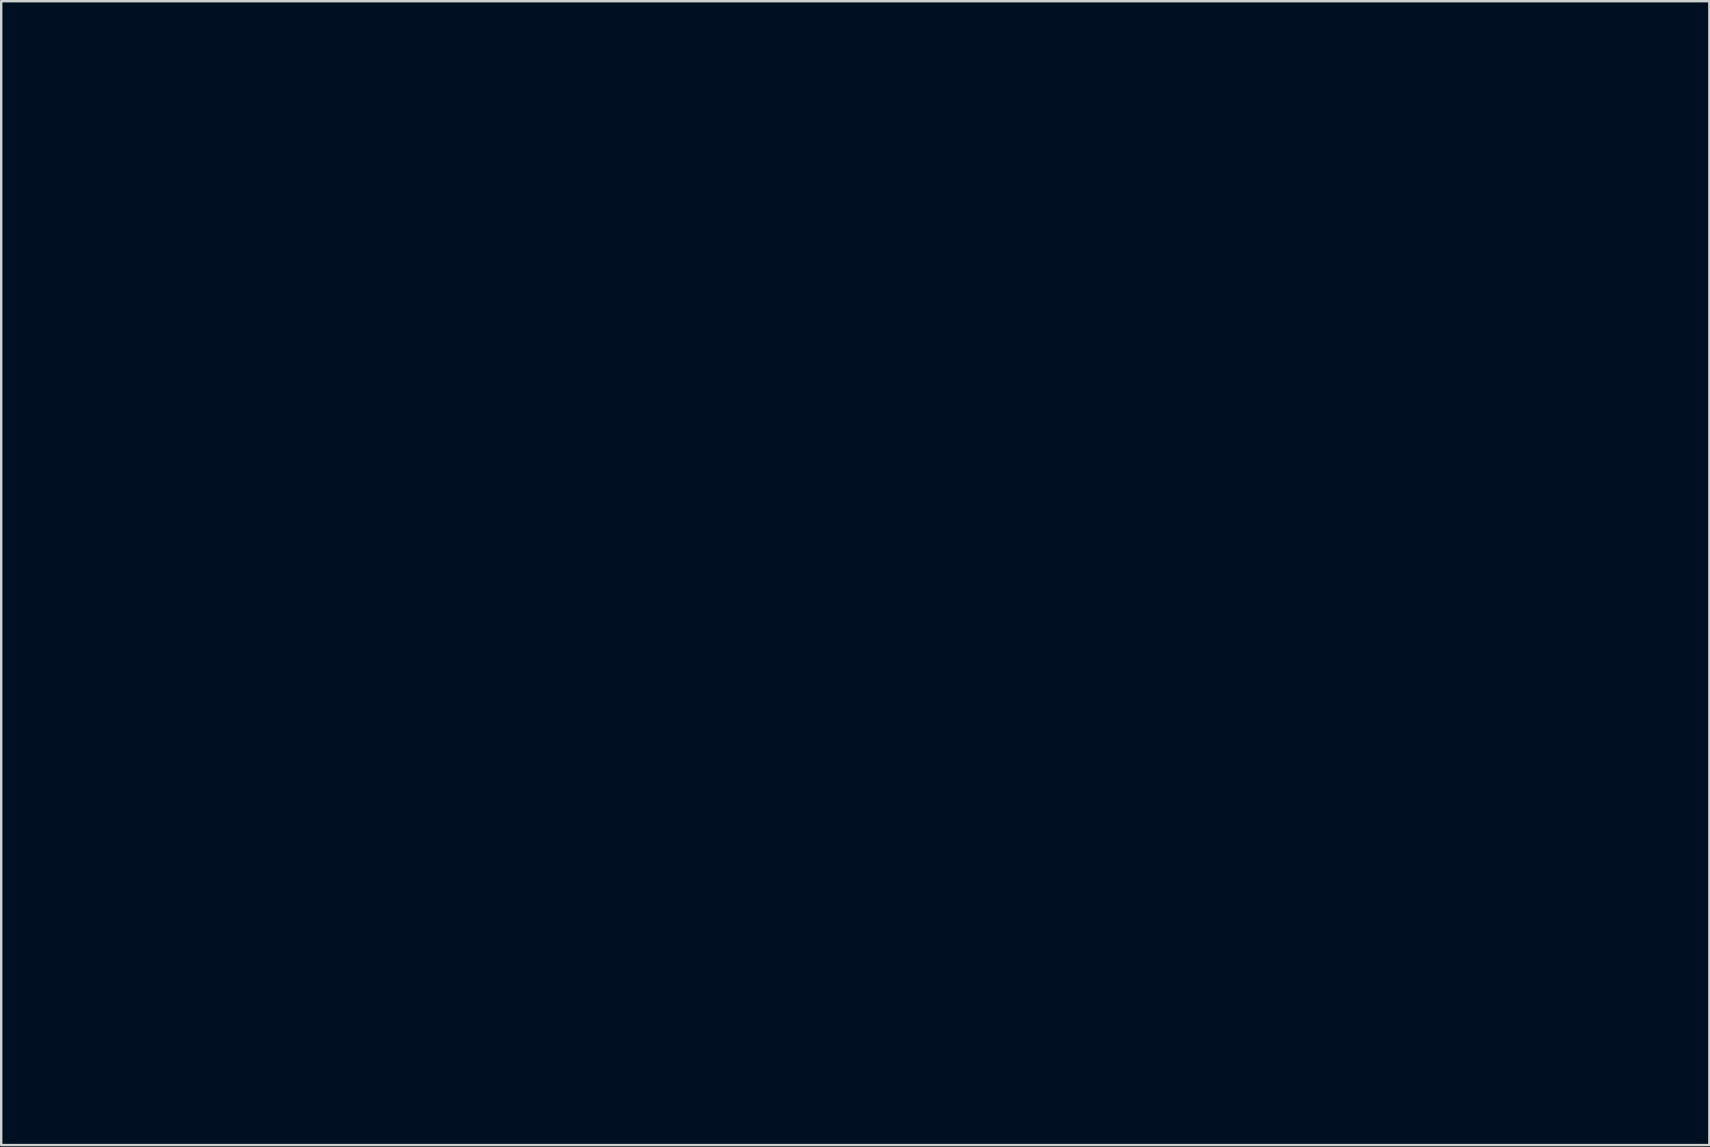
<source format=kicad_pcb>
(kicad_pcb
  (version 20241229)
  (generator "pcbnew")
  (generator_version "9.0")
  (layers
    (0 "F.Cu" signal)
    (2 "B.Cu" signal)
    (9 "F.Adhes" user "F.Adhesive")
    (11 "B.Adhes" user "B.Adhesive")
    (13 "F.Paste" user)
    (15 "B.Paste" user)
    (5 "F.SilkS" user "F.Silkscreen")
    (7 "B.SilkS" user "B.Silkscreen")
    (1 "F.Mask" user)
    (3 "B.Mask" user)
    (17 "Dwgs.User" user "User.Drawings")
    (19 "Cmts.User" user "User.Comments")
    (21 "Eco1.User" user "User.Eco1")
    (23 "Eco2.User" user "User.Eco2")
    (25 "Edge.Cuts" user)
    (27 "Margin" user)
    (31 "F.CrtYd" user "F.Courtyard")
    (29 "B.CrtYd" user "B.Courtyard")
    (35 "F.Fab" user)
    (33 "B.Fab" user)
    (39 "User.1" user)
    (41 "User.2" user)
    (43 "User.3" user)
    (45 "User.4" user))
  (footprint "Cassette_SAO_Solder_Mask"
    (layer "F.Cu")
    (at 32.484 20.712)
    (property "Reference" "Cassette_SAO_Solder_Mask" (at 0 0 0) (layer "F.Mask") (effects (font (size 1.5 1.5) (thickness 0.3))))
    (attr board_only exclude_from_pos_files exclude_from_bom)
    (fp_poly (pts (xy -17.001 2.479) (xy -17.051 2.53) (xy -17.102 2.479) (xy -17.051 2.429)) (stroke (width 0) (type solid)) (fill yes) (layer "F.Mask"))
    (fp_poly (pts (xy 18.114 -5.212) (xy 18.063 -5.161) (xy 18.013 -5.212) (xy 18.063 -5.262)) (stroke (width 0) (type solid)) (fill yes) (layer "F.Mask"))
    (fp_poly (pts (xy 1.454 -5.933) (xy 1.457 -5.92) (xy 1.482 -5.718) (xy 1.503 -5.341) (xy 1.521 -4.813) (xy 1.536 -4.161) (xy 1.547 -3.411) (xy 1.555 -2.59) (xy 1.559 -1.723) (xy 1.56 -0.836) (xy 1.557 0.043) (xy 1.551 0.891) (xy 1.541 1.679) (xy 1.528 2.382) (xy 1.511 2.974) (xy 1.491 3.429) (xy 1.468 3.72) (xy 1.455 3.795) (xy 1.411 3.95) (xy 1.377 3.996) (xy 1.35 3.91) (xy 1.325 3.672) (xy 1.296 3.261) (xy 1.282 3.036) (xy 1.208 1.686) (xy 1.159 0.487) (xy 1.136 -0.611) (xy 1.138 -1.658) (xy 1.164 -2.704) (xy 1.213 -3.799) (xy 1.218 -3.885) (xy 1.262 -4.647) (xy 1.299 -5.224) (xy 1.331 -5.633) (xy 1.361 -5.891) (xy 1.39 -6.016) (xy 1.42 -6.024)) (stroke (width 0) (type solid)) (fill yes) (layer "F.Mask"))
    (fp_poly (pts (xy 2.773 -5.97) (xy 2.799 -5.846) (xy 2.821 -5.543) (xy 2.84 -5.086) (xy 2.856 -4.5) (xy 2.869 -3.809) (xy 2.878 -3.037) (xy 2.883 -2.208) (xy 2.886 -1.347) (xy 2.884 -0.478) (xy 2.88 0.374) (xy 2.872 1.186) (xy 2.861 1.933) (xy 2.847 2.591) (xy 2.829 3.135) (xy 2.808 3.542) (xy 2.783 3.786) (xy 2.771 3.838) (xy 2.715 3.934) (xy 2.675 3.907) (xy 2.64 3.733) (xy 2.605 3.385) (xy 2.597 3.292) (xy 2.578 2.957) (xy 2.563 2.451) (xy 2.55 1.806) (xy 2.541 1.054) (xy 2.535 0.226) (xy 2.532 -0.647) (xy 2.532 -1.532) (xy 2.535 -2.399) (xy 2.542 -3.215) (xy 2.552 -3.949) (xy 2.564 -4.57) (xy 2.58 -5.045) (xy 2.596 -5.302) (xy 2.639 -5.708) (xy 2.688 -5.93) (xy 2.747 -5.987)) (stroke (width 0) (type solid)) (fill yes) (layer "F.Mask"))
    (fp_poly (pts (xy 0.122 -7.928) (xy 0.154 -7.843) (xy 0.173 -7.68) (xy 0.19 -7.338) (xy 0.205 -6.836) (xy 0.217 -6.196) (xy 0.227 -5.439) (xy 0.235 -4.585) (xy 0.24 -3.655) (xy 0.244 -2.67) (xy 0.245 -1.651) (xy 0.243 -0.619) (xy 0.24 0.406) (xy 0.235 1.402) (xy 0.227 2.349) (xy 0.218 3.227) (xy 0.207 4.013) (xy 0.193 4.688) (xy 0.178 5.23) (xy 0.16 5.619) (xy 0.141 5.833) (xy 0.134 5.864) (xy 0.099 5.889) (xy 0.066 5.785) (xy 0.033 5.538) (xy -0.002 5.134) (xy -0.039 4.561) (xy -0.081 3.805) (xy -0.101 3.388) (xy -0.14 2.363) (xy -0.164 1.183) (xy -0.175 -0.105) (xy -0.174 -1.454) (xy -0.159 -2.817) (xy -0.132 -4.148) (xy -0.094 -5.399) (xy -0.044 -6.524) (xy -0.011 -7.084) (xy 0.022 -7.546) (xy 0.053 -7.827) (xy 0.084 -7.947)) (stroke (width 0) (type solid)) (fill yes) (layer "F.Mask"))
    (fp_poly (pts (xy 29.18 -8.192) (xy 29.204 -8.037) (xy 29.225 -7.703) (xy 29.243 -7.213) (xy 29.259 -6.588) (xy 29.272 -5.849) (xy 29.282 -5.02) (xy 29.29 -4.122) (xy 29.294 -3.176) (xy 29.296 -2.205) (xy 29.296 -1.231) (xy 29.293 -0.275) (xy 29.286 0.64) (xy 29.278 1.493) (xy 29.266 2.262) (xy 29.252 2.924) (xy 29.235 3.458) (xy 29.215 3.843) (xy 29.193 4.055) (xy 29.183 4.087) (xy 29.126 4.146) (xy 29.082 4.08) (xy 29.045 3.864) (xy 29.01 3.473) (xy 29.006 3.429) (xy 28.965 2.769) (xy 28.931 2.013) (xy 28.905 1.178) (xy 28.886 0.284) (xy 28.874 -0.651) (xy 28.87 -1.608) (xy 28.871 -2.568) (xy 28.879 -3.512) (xy 28.893 -4.421) (xy 28.913 -5.276) (xy 28.938 -6.059) (xy 28.969 -6.75) (xy 29.004 -7.331) (xy 29.043 -7.783) (xy 29.087 -8.087) (xy 29.135 -8.224)) (stroke (width 0) (type solid)) (fill yes) (layer "F.Mask"))
    (fp_poly (pts (xy -28.925 -8.371) (xy -28.907 -8.342) (xy -28.881 -8.2) (xy -28.859 -7.879) (xy -28.839 -7.402) (xy -28.822 -6.79) (xy -28.809 -6.065) (xy -28.798 -5.25) (xy -28.79 -4.366) (xy -28.785 -3.436) (xy -28.783 -2.48) (xy -28.784 -1.521) (xy -28.788 -0.582) (xy -28.795 0.317) (xy -28.804 1.153) (xy -28.817 1.905) (xy -28.833 2.55) (xy -28.851 3.066) (xy -28.873 3.432) (xy -28.897 3.625) (xy -28.907 3.649) (xy -28.972 3.659) (xy -29.026 3.529) (xy -29.075 3.234) (xy -29.104 2.971) (xy -29.124 2.664) (xy -29.141 2.183) (xy -29.155 1.554) (xy -29.166 0.803) (xy -29.174 -0.041) (xy -29.18 -0.952) (xy -29.182 -1.903) (xy -29.182 -2.866) (xy -29.178 -3.815) (xy -29.172 -4.722) (xy -29.163 -5.56) (xy -29.151 -6.302) (xy -29.136 -6.922) (xy -29.118 -7.391) (xy -29.103 -7.634) (xy -29.06 -8.058) (xy -29.021 -8.305) (xy -28.978 -8.401)) (stroke (width 0) (type solid)) (fill yes) (layer "F.Mask"))
    (fp_poly (pts (xy -12.044 -7.194) (xy -11.066 -6.922) (xy -10.178 -6.474) (xy -9.462 -5.921) (xy -9.207 -5.675) (xy -9.108 -5.555) (xy -9.16 -5.561) (xy -9.362 -5.693) (xy -9.693 -5.938) (xy -10.546 -6.462) (xy -11.49 -6.806) (xy -12.517 -6.969) (xy -12.931 -6.982) (xy -13.99 -6.901) (xy -14.948 -6.652) (xy -15.827 -6.224) (xy -16.649 -5.609) (xy -17.001 -5.274) (xy -17.689 -4.469) (xy -18.176 -3.657) (xy -18.451 -2.891) (xy -18.521 -2.446) (xy -18.555 -1.878) (xy -18.554 -1.256) (xy -18.519 -0.651) (xy -18.451 -0.134) (xy -18.395 0.11) (xy -18.228 0.572) (xy -17.999 1.077) (xy -17.743 1.558) (xy -17.494 1.949) (xy -17.374 2.099) (xy -17.247 2.275) (xy -17.225 2.382) (xy -17.225 2.384) (xy -17.312 2.346) (xy -17.461 2.183) (xy -17.518 2.106) (xy -17.707 1.851) (xy -17.871 1.65) (xy -17.895 1.625) (xy -18.069 1.376) (xy -18.267 0.986) (xy -18.465 0.51) (xy -18.642 0.005) (xy -18.776 -0.475) (xy -18.822 -0.701) (xy -18.897 -1.742) (xy -18.777 -2.767) (xy -18.469 -3.749) (xy -17.982 -4.662) (xy -17.491 -5.302) (xy -16.69 -6.055) (xy -15.79 -6.635) (xy -14.806 -7.035) (xy -13.754 -7.249) (xy -13.096 -7.285)) (stroke (width 0) (type solid)) (fill yes) (layer "F.Mask"))
    (fp_poly (pts (xy 14.682 -7.199) (xy 15.597 -6.954) (xy 16.46 -6.569) (xy 17.221 -6.065) (xy 17.659 -5.662) (xy 17.799 -5.489) (xy 17.801 -5.433) (xy 17.687 -5.483) (xy 17.477 -5.633) (xy 17.284 -5.796) (xy 17.05 -5.967) (xy 16.71 -6.176) (xy 16.373 -6.358) (xy 15.38 -6.752) (xy 14.365 -6.953) (xy 13.35 -6.963) (xy 12.356 -6.786) (xy 11.405 -6.426) (xy 10.518 -5.886) (xy 9.909 -5.363) (xy 9.246 -4.622) (xy 8.767 -3.866) (xy 8.456 -3.055) (xy 8.295 -2.15) (xy 8.263 -1.518) (xy 8.279 -0.938) (xy 8.336 -0.391) (xy 8.424 0.078) (xy 8.536 0.42) (xy 8.617 0.552) (xy 8.699 0.736) (xy 8.703 0.775) (xy 8.755 0.931) (xy 8.895 1.214) (xy 9.101 1.579) (xy 9.349 1.985) (xy 9.468 2.171) (xy 9.584 2.369) (xy 9.583 2.419) (xy 9.477 2.331) (xy 9.278 2.111) (xy 9.175 1.987) (xy 8.861 1.532) (xy 8.549 0.956) (xy 8.276 0.334) (xy 8.094 -0.202) (xy 8.039 -0.507) (xy 7.997 -0.941) (xy 7.976 -1.432) (xy 7.974 -1.67) (xy 8.049 -2.666) (xy 8.267 -3.549) (xy 8.646 -4.356) (xy 9.201 -5.127) (xy 9.609 -5.572) (xy 10.43 -6.263) (xy 11.351 -6.781) (xy 12.356 -7.121) (xy 13.429 -7.276) (xy 13.762 -7.285)) (stroke (width 0) (type solid)) (fill yes) (layer "F.Mask"))
    (fp_poly (pts (xy -0.671 -18.557) (xy 1.168 -18.555) (xy 2.993 -18.551) (xy 4.787 -18.546) (xy 6.535 -18.539) (xy 8.222 -18.531) (xy 9.832 -18.522) (xy 11.35 -18.511) (xy 12.76 -18.498) (xy 14.046 -18.485) (xy 15.194 -18.469) (xy 15.23 -18.469) (xy 16.558 -18.448) (xy 17.689 -18.429) (xy 18.63 -18.411) (xy 19.385 -18.395) (xy 19.961 -18.379) (xy 20.364 -18.365) (xy 20.599 -18.351) (xy 20.671 -18.337) (xy 20.588 -18.324) (xy 20.354 -18.31) (xy 20.239 -18.306) (xy 19.933 -18.298) (xy 19.437 -18.291) (xy 18.765 -18.285) (xy 17.93 -18.279) (xy 16.945 -18.274) (xy 15.823 -18.27) (xy 14.577 -18.266) (xy 13.22 -18.262) (xy 11.765 -18.26) (xy 10.225 -18.257) (xy 8.614 -18.256) (xy 6.944 -18.255) (xy 5.229 -18.254) (xy 3.481 -18.254) (xy 1.714 -18.255) (xy -0.06 -18.256) (xy -1.826 -18.257) (xy -3.573 -18.26) (xy -5.287 -18.262) (xy -6.955 -18.266) (xy -8.564 -18.27) (xy -10.101 -18.274) (xy -11.553 -18.279) (xy -12.906 -18.284) (xy -14.148 -18.29) (xy -15.265 -18.297) (xy -16.246 -18.304) (xy -17.075 -18.311) (xy -17.406 -18.315) (xy -21.808 -18.367) (xy -18.873 -18.46) (xy -18.253 -18.476) (xy -17.446 -18.49) (xy -16.467 -18.503) (xy -15.333 -18.515) (xy -14.058 -18.525) (xy -12.659 -18.534) (xy -11.15 -18.541) (xy -9.548 -18.548) (xy -7.867 -18.552) (xy -6.123 -18.556) (xy -4.333 -18.558) (xy -2.51 -18.558)) (stroke (width 0) (type solid)) (fill yes) (layer "F.Mask"))
    (fp_poly (pts (xy -0.316 -12.836) (xy 1.645 -12.834) (xy 3.594 -12.831) (xy 5.514 -12.826) (xy 7.39 -12.821) (xy 9.204 -12.814) (xy 10.94 -12.805) (xy 12.582 -12.795) (xy 14.113 -12.784) (xy 15.078 -12.776) (xy 16.535 -12.762) (xy 17.795 -12.749) (xy 18.864 -12.736) (xy 19.75 -12.725) (xy 20.456 -12.713) (xy 20.99 -12.702) (xy 21.358 -12.692) (xy 21.564 -12.681) (xy 21.616 -12.67) (xy 21.52 -12.659) (xy 21.28 -12.647) (xy 20.904 -12.635) (xy 20.897 -12.635) (xy 20.347 -12.622) (xy 19.611 -12.61) (xy 18.704 -12.599) (xy 17.643 -12.588) (xy 16.444 -12.577) (xy 15.121 -12.567) (xy 13.693 -12.558) (xy 12.173 -12.55) (xy 10.58 -12.542) (xy 8.927 -12.535) (xy 7.232 -12.528) (xy 5.51 -12.523) (xy 3.777 -12.518) (xy 2.05 -12.515) (xy 0.344 -12.512) (xy -1.325 -12.511) (xy -2.941 -12.51) (xy -4.488 -12.511) (xy -5.949 -12.513) (xy -7.31 -12.516) (xy -8.553 -12.52) (xy -9.664 -12.526) (xy -10.625 -12.532) (xy -11.422 -12.541) (xy -11.84 -12.547) (xy -12.915 -12.564) (xy -14.055 -12.582) (xy -15.216 -12.6) (xy -16.353 -12.616) (xy -17.422 -12.631) (xy -18.38 -12.644) (xy -19.183 -12.654) (xy -19.227 -12.654) (xy -22.212 -12.688) (xy -18.772 -12.756) (xy -17.954 -12.769) (xy -16.95 -12.781) (xy -15.777 -12.793) (xy -14.451 -12.802) (xy -12.989 -12.811) (xy -11.407 -12.818) (xy -9.721 -12.824) (xy -7.948 -12.829) (xy -6.104 -12.833) (xy -4.207 -12.835) (xy -2.272 -12.836)) (stroke (width 0) (type solid)) (fill yes) (layer "F.Mask"))
    (fp_poly (pts (xy -13.689 -5.821) (xy -13.662 -5.67) (xy -13.661 -5.599) (xy -13.6 -5.282) (xy -13.404 -5.108) (xy -13.093 -5.06) (xy -12.736 -5.086) (xy -12.537 -5.183) (xy -12.456 -5.382) (xy -12.447 -5.539) (xy -12.436 -5.77) (xy -12.365 -5.861) (xy -12.173 -5.858) (xy -12.068 -5.844) (xy -11.765 -5.771) (xy -11.402 -5.64) (xy -11.033 -5.477) (xy -10.715 -5.307) (xy -10.503 -5.156) (xy -10.451 -5.089) (xy -10.477 -4.925) (xy -10.613 -4.719) (xy -10.623 -4.708) (xy -10.76 -4.527) (xy -10.772 -4.363) (xy -10.65 -4.157) (xy -10.492 -3.972) (xy -10.231 -3.777) (xy -9.979 -3.783) (xy -9.765 -3.947) (xy -9.602 -4.097) (xy -9.501 -4.149) (xy -9.38 -4.06) (xy -9.223 -3.826) (xy -9.051 -3.497) (xy -8.884 -3.12) (xy -8.745 -2.746) (xy -8.654 -2.423) (xy -8.634 -2.201) (xy -8.642 -2.166) (xy -8.772 -2.063) (xy -8.983 -2.024) (xy -9.297 -1.96) (xy -9.469 -1.758) (xy -9.512 -1.467) (xy -9.455 -1.143) (xy -9.267 -0.964) (xy -8.936 -0.911) (xy -8.683 -0.873) (xy -8.602 -0.774) (xy -8.647 -0.516) (xy -8.765 -0.146) (xy -8.93 0.272) (xy -9.115 0.673) (xy -9.295 0.993) (xy -9.344 1.063) (xy -9.456 1.193) (xy -9.553 1.195) (xy -9.711 1.063) (xy -9.738 1.037) (xy -10.011 0.848) (xy -10.256 0.845) (xy -10.516 1.03) (xy -10.571 1.087) (xy -10.769 1.337) (xy -10.81 1.523) (xy -10.697 1.702) (xy -10.625 1.771) (xy -10.474 1.951) (xy -10.423 2.079) (xy -10.51 2.189) (xy -10.74 2.341) (xy -11.064 2.513) (xy -11.433 2.685) (xy -11.8 2.833) (xy -12.115 2.936) (xy -12.331 2.974) (xy -12.391 2.957) (xy -12.432 2.824) (xy -12.447 2.621) (xy -12.531 2.295) (xy -12.757 2.083) (xy -13.017 2.024) (xy -13.385 2.086) (xy -13.597 2.276) (xy -13.661 2.578) (xy -13.684 2.853) (xy -13.783 2.963) (xy -14.003 2.94) (xy -14.117 2.906) (xy -14.394 2.807) (xy -14.596 2.72) (xy -14.795 2.644) (xy -14.876 2.631) (xy -15.018 2.581) (xy -15.258 2.453) (xy -15.389 2.374) (xy -15.797 2.116) (xy -15.539 1.809) (xy -15.374 1.594) (xy -15.285 1.441) (xy -15.28 1.419) (xy -15.35 1.309) (xy -15.528 1.124) (xy -15.644 1.017) (xy -16.007 0.698) (xy -16.342 0.954) (xy -16.578 1.109) (xy -16.72 1.129) (xy -16.776 1.085) (xy -16.944 0.818) (xy -17.128 0.441) (xy -17.3 0.021) (xy -17.433 -0.374) (xy -17.502 -0.678) (xy -17.505 -0.734) (xy -17.451 -0.861) (xy -17.256 -0.909) (xy -17.173 -0.911) (xy -16.837 -0.966) (xy -16.652 -1.147) (xy -16.596 -1.475) (xy -16.649 -1.782) (xy -16.831 -1.961) (xy -17.153 -2.04) (xy -17.393 -2.115) (xy -17.487 -2.29) (xy -17.488 -2.295) (xy -17.46 -2.487) (xy -17.36 -2.796) (xy -17.214 -3.164) (xy -17.046 -3.535) (xy -16.882 -3.852) (xy -16.745 -4.057) (xy -16.703 -4.095) (xy -16.547 -4.086) (xy -16.354 -3.957) (xy -16.087 -3.775) (xy -15.849 -3.785) (xy -15.617 -3.972) (xy -15.402 -4.235) (xy -15.329 -4.421) (xy -15.393 -4.593) (xy -15.53 -4.752) (xy -15.801 -5.036) (xy -15.515 -5.232) (xy -14.98 -5.54) (xy -14.421 -5.76) (xy -14.052 -5.844) (xy -13.8 -5.867)) (stroke (width 0) (type solid)) (fill yes) (layer "F.Mask"))
    (fp_poly (pts (xy 14.856 -5.827) (xy 15.184 -5.717) (xy 15.551 -5.563) (xy 15.901 -5.393) (xy 16.179 -5.231) (xy 16.33 -5.101) (xy 16.339 -5.084) (xy 16.317 -4.901) (xy 16.177 -4.69) (xy 16.031 -4.501) (xy 16.025 -4.342) (xy 16.079 -4.225) (xy 16.258 -3.99) (xy 16.443 -3.821) (xy 16.608 -3.716) (xy 16.736 -3.717) (xy 16.909 -3.835) (xy 16.992 -3.904) (xy 17.208 -4.055) (xy 17.366 -4.113) (xy 17.393 -4.106) (xy 17.506 -3.967) (xy 17.657 -3.693) (xy 17.82 -3.342) (xy 17.971 -2.973) (xy 18.083 -2.642) (xy 18.129 -2.429) (xy 18.139 -2.196) (xy 18.069 -2.09) (xy 17.866 -2.05) (xy 17.785 -2.043) (xy 17.5 -1.969) (xy 17.346 -1.786) (xy 17.306 -1.465) (xy 17.322 -1.252) (xy 17.37 -1.057) (xy 17.498 -0.965) (xy 17.734 -0.93) (xy 17.987 -0.889) (xy 18.104 -0.786) (xy 18.126 -0.565) (xy 18.115 -0.411) (xy 18.053 -0.15) (xy 17.919 0.209) (xy 17.747 0.592) (xy 17.568 0.924) (xy 17.475 1.063) (xy 17.37 1.182) (xy 17.274 1.192) (xy 17.127 1.08) (xy 17.008 0.967) (xy 16.696 0.67) (xy 16.343 1.012) (xy 16.104 1.262) (xy 16.01 1.439) (xy 16.051 1.599) (xy 16.204 1.785) (xy 16.339 1.991) (xy 16.361 2.166) (xy 16.361 2.166) (xy 16.239 2.286) (xy 15.982 2.442) (xy 15.64 2.612) (xy 15.266 2.773) (xy 14.911 2.904) (xy 14.628 2.982) (xy 14.468 2.984) (xy 14.466 2.982) (xy 14.407 2.864) (xy 14.347 2.621) (xy 14.331 2.534) (xy 14.212 2.207) (xy 13.982 2.049) (xy 13.637 2.056) (xy 13.489 2.098) (xy 13.289 2.205) (xy 13.188 2.399) (xy 13.155 2.58) (xy 13.101 2.85) (xy 12.999 2.97) (xy 12.802 2.963) (xy 12.524 2.874) (xy 11.997 2.668) (xy 11.573 2.469) (xy 11.284 2.293) (xy 11.164 2.166) (xy 11.186 1.991) (xy 11.321 1.785) (xy 11.321 1.785) (xy 11.484 1.579) (xy 11.511 1.411) (xy 11.393 1.226) (xy 11.17 1.015) (xy 10.804 0.693) (xy 10.516 0.969) (xy 10.308 1.141) (xy 10.167 1.172) (xy 10.082 1.124) (xy 9.923 0.922) (xy 9.743 0.591) (xy 9.573 0.201) (xy 9.443 -0.181) (xy 9.382 -0.485) (xy 9.381 -0.493) (xy 9.383 -0.738) (xy 9.459 -0.849) (xy 9.654 -0.891) (xy 9.664 -0.892) (xy 9.994 -1.007) (xy 10.181 -1.263) (xy 10.221 -1.525) (xy 10.159 -1.808) (xy 9.956 -1.974) (xy 9.664 -2.04) (xy 9.469 -2.079) (xy 9.39 -2.176) (xy 9.387 -2.397) (xy 9.392 -2.469) (xy 9.451 -2.747) (xy 9.575 -3.104) (xy 9.736 -3.48) (xy 9.908 -3.813) (xy 10.062 -4.044) (xy 10.125 -4.102) (xy 10.263 -4.083) (xy 10.464 -3.95) (xy 10.521 -3.9) (xy 10.804 -3.628) (xy 11.17 -3.95) (xy 11.427 -4.204) (xy 11.52 -4.398) (xy 11.459 -4.574) (xy 11.334 -4.706) (xy 11.174 -4.897) (xy 11.157 -5.07) (xy 11.298 -5.24) (xy 11.609 -5.42) (xy 12.103 -5.625) (xy 12.173 -5.651) (xy 12.607 -5.802) (xy 12.891 -5.863) (xy 13.059 -5.829) (xy 13.143 -5.694) (xy 13.175 -5.49) (xy 13.206 -5.11) (xy 13.729 -5.08) (xy 14.046 -5.073) (xy 14.218 -5.111) (xy 14.3 -5.209) (xy 14.314 -5.247) (xy 14.359 -5.449) (xy 14.361 -5.53) (xy 14.373 -5.764) (xy 14.53 -5.863) (xy 14.622 -5.869)) (stroke (width 0) (type solid)) (fill yes) (layer "F.Mask"))
    (fp_poly (pts (xy -3.244 -8.812) (xy -2.928 -8.349) (xy -2.589 -7.795) (xy -2.263 -7.209) (xy -1.981 -6.653) (xy -1.777 -6.186) (xy -1.744 -6.097) (xy -1.62 -5.841) (xy -1.499 -5.788) (xy -1.381 -5.936) (xy -1.336 -6.046) (xy -1.239 -6.325) (xy -1.182 -6.072) (xy -1.131 -5.735) (xy -1.088 -5.225) (xy -1.053 -4.571) (xy -1.026 -3.8) (xy -1.008 -2.941) (xy -0.997 -2.024) (xy -0.995 -1.077) (xy -1 -0.128) (xy -1.014 0.794) (xy -1.036 1.659) (xy -1.066 2.44) (xy -1.104 3.108) (xy -1.15 3.633) (xy -1.177 3.838) (xy -1.231 4.053) (xy -1.292 4.088) (xy -1.349 3.968) (xy -1.393 3.713) (xy -1.414 3.348) (xy -1.415 3.27) (xy -1.436 2.907) (xy -1.488 2.659) (xy -1.561 2.55) (xy -1.641 2.607) (xy -1.68 2.701) (xy -1.747 2.868) (xy -1.881 3.167) (xy -2.058 3.55) (xy -2.174 3.795) (xy -2.885 5.062) (xy -3.784 6.281) (xy -4.196 6.755) (xy -4.773 7.387) (xy -13.05 7.387) (xy -21.328 7.387) (xy -21.98 6.696) (xy -22.739 5.789) (xy -23.447 4.751) (xy -23.808 4.102) (xy -17.781 4.102) (xy -17.741 4.245) (xy -17.65 4.366) (xy -17.284 4.692) (xy -16.771 5.033) (xy -16.161 5.363) (xy -15.502 5.656) (xy -14.847 5.886) (xy -14.572 5.96) (xy -13.942 6.064) (xy -13.198 6.111) (xy -12.419 6.101) (xy -11.686 6.035) (xy -11.233 5.953) (xy -10.078 5.588) (xy -9.011 5.063) (xy -8.05 4.393) (xy -7.215 3.595) (xy -6.526 2.686) (xy -6.001 1.682) (xy -5.919 1.475) (xy -5.789 1.07) (xy -5.655 0.555) (xy -5.539 0.019) (xy -5.505 -0.165) (xy -5.425 -0.689) (xy -5.39 -1.102) (xy -5.398 -1.49) (xy -5.447 -1.94) (xy -5.458 -2.019) (xy -5.693 -3.197) (xy -6.042 -4.234) (xy -6.289 -4.751) (xy -6.502 -5.114) (xy -6.723 -5.441) (xy -6.923 -5.694) (xy -7.075 -5.836) (xy -7.139 -5.847) (xy -7.12 -5.741) (xy -7.028 -5.502) (xy -6.882 -5.177) (xy -6.846 -5.102) (xy -6.308 -3.763) (xy -5.965 -2.374) (xy -5.96 -2.343) (xy -5.893 -1.388) (xy -5.994 -0.382) (xy -6.253 0.636) (xy -6.654 1.628) (xy -7.186 2.556) (xy -7.837 3.38) (xy -7.865 3.411) (xy -8.597 4.069) (xy -9.463 4.65) (xy -10.4 5.118) (xy -11.269 5.414) (xy -11.62 5.477) (xy -12.1 5.524) (xy -12.657 5.554) (xy -13.237 5.567) (xy -13.786 5.561) (xy -14.253 5.535) (xy -14.583 5.489) (xy -14.633 5.476) (xy -14.918 5.392) (xy -15.272 5.289) (xy -15.382 5.257) (xy -15.753 5.127) (xy -16.201 4.934) (xy -16.665 4.709) (xy -17.084 4.481) (xy -17.398 4.281) (xy -17.481 4.215) (xy -17.684 4.082) (xy -17.781 4.102) (xy -23.808 4.102) (xy -24.061 3.648) (xy -24.488 2.682) (xy -24.585 2.432) (xy -24.676 2.203) (xy -24.762 1.925) (xy -24.864 1.507) (xy -24.969 1.009) (xy -25.066 0.491) (xy -25.144 0.014) (xy -25.19 -0.363) (xy -25.198 -0.511) (xy -25.229 -0.819) (xy -25.313 -0.963) (xy -25.44 -0.927) (xy -25.479 -0.884) (xy -25.545 -0.749) (xy -25.66 -0.457) (xy -25.812 -0.045) (xy -25.985 0.451) (xy -26.09 0.759) (xy -26.583 2.225) (xy -27.015 3.502) (xy -27.389 4.594) (xy -27.705 5.507) (xy -27.965 6.243) (xy -28.171 6.808) (xy -28.324 7.205) (xy -28.425 7.439) (xy -28.472 7.512) (xy -28.694 7.584) (xy -28.903 7.553) (xy -28.996 7.463) (xy -28.981 7.328) (xy -28.907 7.039) (xy -28.785 6.632) (xy -28.625 6.144) (xy -28.531 5.869) (xy -28.315 5.249) (xy -28.061 4.51) (xy -27.794 3.728) (xy -27.539 2.977) (xy -27.422 2.631) (xy -27.182 1.92) (xy -26.901 1.095) (xy -26.605 0.234) (xy -26.322 -0.587) (xy -26.158 -1.063) (xy -26.113 -1.192) (xy -19.663 -1.192) (xy -19.615 -0.461) (xy -19.535 0) (xy -19.18 1.077) (xy -18.663 2.054) (xy -18.004 2.92) (xy -17.221 3.661) (xy -16.334 4.267) (xy -15.363 4.723) (xy -14.325 5.019) (xy -13.242 5.142) (xy -12.131 5.079) (xy -11.72 5.007) (xy -10.635 4.68) (xy -9.637 4.178) (xy -8.741 3.513) (xy -7.961 2.699) (xy -7.311 1.749) (xy -6.806 0.676) (xy -6.726 0.455) (xy -6.62 0.019) (xy -6.544 -0.551) (xy -6.5 -1.19) (xy -6.492 -1.83) (xy -6.523 -2.406) (xy -6.569 -2.729) (xy -6.886 -3.844) (xy -7.375 -4.857) (xy -8.026 -5.757) (xy -8.83 -6.537) (xy -9.778 -7.184) (xy -10.862 -7.691) (xy -11.191 -7.806) (xy -11.794 -7.947) (xy -12.518 -8.025) (xy -13.29 -8.04) (xy -14.038 -7.993) (xy -14.69 -7.881) (xy -14.825 -7.844) (xy -15.925 -7.415) (xy -16.915 -6.826) (xy -17.78 -6.09) (xy -18.506 -5.222) (xy -19.078 -4.235) (xy -19.419 -3.358) (xy -19.562 -2.721) (xy -19.645 -1.972) (xy -19.663 -1.192) (xy -26.113 -1.192) (xy -25.913 -1.769) (xy -25.653 -2.521) (xy -25.401 -3.256) (xy -25.178 -3.912) (xy -25.035 -4.334) (xy -24.831 -4.924) (xy -24.606 -5.538) (xy -24.389 -6.105) (xy -24.206 -6.553) (xy -24.203 -6.56) (xy -23.957 -7.073) (xy -23.642 -7.647) (xy -23.293 -8.226) (xy -22.944 -8.754) (xy -22.63 -9.174) (xy -22.535 -9.285) (xy -22.329 -9.512) (xy -13.046 -9.512) (xy -3.763 -9.512)) (stroke (width 0) (type solid)) (fill yes) (layer "F.Mask"))
    (fp_poly (pts (xy 11.429 -9.503) (xy 12.345 -9.5) (xy 13.439 -9.495) (xy 13.94 -9.492) (xy 19.176 -9.462) (xy 19.632 -9.143) (xy 20.286 -8.612) (xy 20.955 -7.942) (xy 21.594 -7.184) (xy 22.158 -6.393) (xy 22.599 -5.627) (xy 22.782 -5.255) (xy 23.038 -4.734) (xy 23.35 -4.096) (xy 23.703 -3.372) (xy 24.082 -2.595) (xy 24.47 -1.798) (xy 24.852 -1.012) (xy 25.212 -0.271) (xy 25.534 0.394) (xy 25.802 0.95) (xy 25.905 1.164) (xy 26.113 1.595) (xy 26.391 2.168) (xy 26.717 2.84) (xy 27.074 3.573) (xy 27.44 4.324) (xy 27.715 4.889) (xy 28.036 5.549) (xy 28.326 6.15) (xy 28.572 6.67) (xy 28.765 7.083) (xy 28.892 7.365) (xy 28.942 7.492) (xy 28.942 7.494) (xy 28.854 7.561) (xy 28.641 7.59) (xy 28.635 7.59) (xy 28.538 7.584) (xy 28.45 7.553) (xy 28.358 7.476) (xy 28.25 7.332) (xy 28.113 7.101) (xy 27.932 6.76) (xy 27.696 6.29) (xy 27.391 5.669) (xy 27.205 5.287) (xy 26.814 4.484) (xy 26.374 3.582) (xy 25.919 2.647) (xy 25.48 1.746) (xy 25.092 0.948) (xy 25.024 0.81) (xy 24.722 0.192) (xy 24.444 -0.368) (xy 24.205 -0.844) (xy 24.017 -1.21) (xy 23.894 -1.437) (xy 23.857 -1.497) (xy 23.734 -1.568) (xy 23.647 -1.44) (xy 23.595 -1.113) (xy 23.58 -0.658) (xy 23.48 0.505) (xy 23.195 1.674) (xy 22.738 2.824) (xy 22.126 3.93) (xy 21.371 4.966) (xy 20.49 5.908) (xy 19.495 6.73) (xy 19.262 6.892) (xy 18.528 7.387) (xy 13.833 7.387) (xy 9.139 7.387) (xy 8.52 6.987) (xy 7.966 6.582) (xy 7.364 6.063) (xy 6.768 5.484) (xy 6.232 4.896) (xy 5.81 4.354) (xy 5.773 4.301) (xy 5.596 4.003) (xy 8.804 4.003) (xy 8.917 4.152) (xy 9.133 4.365) (xy 9.42 4.615) (xy 9.75 4.871) (xy 9.895 4.975) (xy 10.445 5.296) (xy 11.122 5.601) (xy 11.852 5.86) (xy 12.558 6.045) (xy 12.953 6.112) (xy 13.333 6.134) (xy 13.841 6.132) (xy 14.409 6.109) (xy 14.969 6.07) (xy 15.452 6.017) (xy 15.747 5.965) (xy 16.048 5.871) (xy 16.467 5.711) (xy 16.938 5.509) (xy 17.255 5.363) (xy 18.32 4.756) (xy 19.224 4.031) (xy 19.98 3.176) (xy 20.595 2.182) (xy 20.65 2.075) (xy 20.954 1.409) (xy 21.163 0.804) (xy 21.292 0.191) (xy 21.356 -0.496) (xy 21.37 -1.164) (xy 21.309 -2.316) (xy 21.114 -3.346) (xy 20.776 -4.295) (xy 20.387 -5.038) (xy 20.077 -5.529) (xy 19.837 -5.861) (xy 19.674 -6.032) (xy 19.598 -6.041) (xy 19.615 -5.887) (xy 19.733 -5.57) (xy 19.96 -5.089) (xy 19.961 -5.088) (xy 20.291 -4.388) (xy 20.525 -3.762) (xy 20.68 -3.143) (xy 20.772 -2.465) (xy 20.818 -1.66) (xy 20.821 -1.568) (xy 20.833 -1.011) (xy 20.829 -0.598) (xy 20.802 -0.268) (xy 20.744 0.036) (xy 20.65 0.374) (xy 20.552 0.681) (xy 20.21 1.523) (xy 19.754 2.352) (xy 19.229 3.088) (xy 19.052 3.293) (xy 18.402 3.901) (xy 17.622 4.463) (xy 16.775 4.943) (xy 15.92 5.304) (xy 15.38 5.46) (xy 14.959 5.521) (xy 14.407 5.552) (xy 13.778 5.556) (xy 13.128 5.533) (xy 12.512 5.487) (xy 11.985 5.418) (xy 11.602 5.33) (xy 11.587 5.325) (xy 11.161 5.16) (xy 10.677 4.946) (xy 10.183 4.708) (xy 9.725 4.469) (xy 9.35 4.253) (xy 9.105 4.083) (xy 9.071 4.052) (xy 8.882 3.954) (xy 8.822 3.947) (xy 8.804 4.003) (xy 5.596 4.003) (xy 5.074 3.123) (xy 4.564 1.947) (xy 4.233 0.74) (xy 4.07 -0.531) (xy 4.048 -1.246) (xy 4.06 -1.43) (xy 7.093 -1.43) (xy 7.136 -0.888) (xy 7.235 -0.339) (xy 7.429 0.472) (xy 7.654 1.141) (xy 7.934 1.73) (xy 8.297 2.299) (xy 8.44 2.495) (xy 9.105 3.266) (xy 9.844 3.896) (xy 10.687 4.405) (xy 11.668 4.813) (xy 12.447 5.049) (xy 12.823 5.11) (xy 13.33 5.14) (xy 13.901 5.142) (xy 14.466 5.115) (xy 14.957 5.06) (xy 15.179 5.017) (xy 16.274 4.667) (xy 17.233 4.186) (xy 18.087 3.556) (xy 18.468 3.196) (xy 18.987 2.618) (xy 19.395 2.035) (xy 19.751 1.357) (xy 19.816 1.214) (xy 20.088 0.525) (xy 20.258 -0.134) (xy 20.344 -0.842) (xy 20.36 -1.561) (xy 20.276 -2.644) (xy 20.034 -3.628) (xy 19.618 -4.559) (xy 19.102 -5.363) (xy 18.365 -6.206) (xy 17.488 -6.916) (xy 16.501 -7.474) (xy 15.429 -7.863) (xy 15.28 -7.902) (xy 14.871 -7.97) (xy 14.343 -8.012) (xy 13.758 -8.029) (xy 13.176 -8.019) (xy 12.659 -7.983) (xy 12.266 -7.922) (xy 12.194 -7.902) (xy 11.025 -7.459) (xy 10.018 -6.903) (xy 9.163 -6.225) (xy 8.452 -5.419) (xy 7.986 -4.691) (xy 7.762 -4.271) (xy 7.599 -3.92) (xy 7.474 -3.573) (xy 7.363 -3.162) (xy 7.242 -2.622) (xy 7.233 -2.58) (xy 7.125 -1.962) (xy 7.093 -1.43) (xy 4.06 -1.43) (xy 4.139 -2.652) (xy 4.417 -3.985) (xy 4.885 -5.261) (xy 5.549 -6.494) (xy 5.7 -6.729) (xy 5.966 -7.086) (xy 6.323 -7.505) (xy 6.739 -7.952) (xy 7.176 -8.391) (xy 7.6 -8.787) (xy 7.977 -9.106) (xy 8.269 -9.313) (xy 8.328 -9.344) (xy 8.425 -9.384) (xy 8.542 -9.417) (xy 8.699 -9.444) (xy 8.912 -9.466) (xy 9.198 -9.482) (xy 9.576 -9.493) (xy 10.062 -9.5) (xy 10.674 -9.504)) (stroke (width 0) (type solid)) (fill yes) (layer "F.Mask"))
    (fp_poly (pts (xy -18.785 -20.712) (xy -17.072 -20.71) (xy -15.205 -20.708) (xy -13.177 -20.705) (xy -10.982 -20.702) (xy -8.612 -20.698) (xy -6.062 -20.693) (xy -3.324 -20.688) (xy -0.391 -20.683) (xy 0.163 -20.682) (xy 3.495 -20.675) (xy 6.626 -20.669) (xy 9.559 -20.662) (xy 12.295 -20.655) (xy 14.836 -20.648) (xy 17.184 -20.641) (xy 19.341 -20.633) (xy 21.308 -20.625) (xy 23.088 -20.616) (xy 24.682 -20.608) (xy 26.092 -20.599) (xy 27.32 -20.589) (xy 28.368 -20.58) (xy 29.238 -20.569) (xy 29.932 -20.559) (xy 30.451 -20.548) (xy 30.797 -20.537) (xy 30.972 -20.525) (xy 30.994 -20.521) (xy 31.244 -20.365) (xy 31.479 -20.127) (xy 31.5 -20.099) (xy 31.725 -19.784) (xy 31.725 -8.213) (xy 31.725 3.358) (xy 32.205 3.764) (xy 32.686 4.17) (xy 32.686 10.125) (xy 32.686 16.08) (xy 32.307 16.363) (xy 32.042 16.569) (xy 31.864 16.749) (xy 31.757 16.949) (xy 31.702 17.218) (xy 31.681 17.603) (xy 31.677 18.043) (xy 31.661 18.667) (xy 31.608 19.125) (xy 31.504 19.453) (xy 31.334 19.688) (xy 31.084 19.864) (xy 30.922 19.943) (xy 30.802 19.991) (xy 30.666 20.03) (xy 30.493 20.062) (xy 30.265 20.086) (xy 29.959 20.105) (xy 29.556 20.118) (xy 29.035 20.126) (xy 28.376 20.131) (xy 27.558 20.134) (xy 26.561 20.134) (xy 26.401 20.134) (xy 22.314 20.134) (xy 22.131 20.363) (xy 21.94 20.602) (xy 21.803 20.77) (xy 21.779 20.791) (xy 21.736 20.809) (xy 21.667 20.826) (xy 21.563 20.842) (xy 21.416 20.856) (xy 21.218 20.869) (xy 20.961 20.881) (xy 20.638 20.891) (xy 20.24 20.9) (xy 19.759 20.909) (xy 19.187 20.916) (xy 18.516 20.922) (xy 17.738 20.927) (xy 16.845 20.932) (xy 15.83 20.936) (xy 14.683 20.939) (xy 13.398 20.941) (xy 11.965 20.943) (xy 10.378 20.945) (xy 8.627 20.946) (xy 6.706 20.947) (xy 4.605 20.947) (xy 2.318 20.947) (xy 0.057 20.947) (xy -21.544 20.947) (xy -21.824 20.568) (xy -21.997 20.332) (xy -22.116 20.171) (xy -22.141 20.138) (xy -22.247 20.126) (xy -22.534 20.113) (xy -22.982 20.099) (xy -23.569 20.084) (xy -24.275 20.07) (xy -25.079 20.056) (xy -25.959 20.044) (xy -26.513 20.037) (xy -30.848 19.986) (xy -31.118 19.733) (xy -31.357 19.461) (xy -31.521 19.144) (xy -31.55 19.022) (xy -26.595 19.022) (xy -26.583 19.091) (xy -26.564 19.126) (xy -26.442 19.161) (xy -26.135 19.19) (xy -25.661 19.211) (xy -25.037 19.223) (xy -24.384 19.227) (xy -23.679 19.226) (xy -23.148 19.223) (xy -22.766 19.213) (xy -22.503 19.195) (xy -22.333 19.165) (xy -22.23 19.122) (xy -22.164 19.061) (xy -22.121 18.999) (xy -22.023 18.787) (xy -21.909 18.45) (xy -21.803 18.063) (xy -21.75 17.859) (xy -18.231 17.859) (xy -18.156 18.328) (xy -17.994 18.656) (xy -17.758 18.949) (xy -17.482 19.12) (xy -17.107 19.199) (xy -16.827 19.215) (xy -16.479 19.204) (xy -16.232 19.128) (xy -15.989 18.954) (xy -15.943 18.914) (xy -15.601 18.504) (xy -15.441 18.05) (xy -15.471 17.58) (xy -15.538 17.395) (xy -15.79 16.975) (xy -9.713 16.975) (xy -9.704 17.37) (xy -9.681 17.692) (xy -9.649 17.864) (xy -9.495 18.04) (xy -9.226 18.188) (xy -8.931 18.27) (xy -8.753 18.266) (xy -8.569 18.245) (xy -8.237 18.229) (xy -7.811 18.219) (xy -7.525 18.217) (xy -6.948 18.205) (xy -6.542 18.156) (xy -6.275 18.047) (xy -6.115 17.856) (xy -6.03 17.56) (xy -5.99 17.137) (xy -5.988 17.112) (xy -5.989 16.982) (xy 6.073 16.982) (xy 6.125 17.539) (xy 6.279 17.929) (xy 6.539 18.164) (xy 6.546 18.168) (xy 6.765 18.224) (xy 7.132 18.265) (xy 7.59 18.289) (xy 8.085 18.297) (xy 8.561 18.286) (xy 8.965 18.256) (xy 9.216 18.213) (xy 9.507 18.089) (xy 9.707 17.921) (xy 9.715 17.908) (xy 15.584 17.908) (xy 15.67 18.436) (xy 15.924 18.855) (xy 16.242 19.104) (xy 16.511 19.187) (xy 16.885 19.22) (xy 17.274 19.202) (xy 17.586 19.134) (xy 17.64 19.11) (xy 17.986 18.842) (xy 18.233 18.44) (xy 18.31 18.234) (xy 18.379 17.981) (xy 18.374 17.776) (xy 18.285 17.531) (xy 18.2 17.355) (xy 17.883 16.892) (xy 17.486 16.615) (xy 17.01 16.525) (xy 16.823 16.537) (xy 16.288 16.686) (xy 15.898 16.974) (xy 15.661 17.391) (xy 15.584 17.908) (xy 9.715 17.908) (xy 9.725 17.891) (xy 9.778 17.687) (xy 9.811 17.348) (xy 9.825 16.944) (xy 9.817 16.54) (xy 9.787 16.206) (xy 9.756 16.064) (xy 9.632 15.866) (xy 9.386 15.726) (xy 8.999 15.636) (xy 8.447 15.592) (xy 7.994 15.584) (xy 7.32 15.601) (xy 6.82 15.665) (xy 6.471 15.794) (xy 6.247 16.006) (xy 6.124 16.32) (xy 6.077 16.753) (xy 6.073 16.982) (xy -5.989 16.982) (xy -5.991 16.521) (xy -6.08 16.095) (xy -6.262 15.814) (xy -6.437 15.698) (xy -6.641 15.651) (xy -6.996 15.614) (xy -7.452 15.59) (xy -7.852 15.584) (xy -8.522 15.601) (xy -9.014 15.655) (xy -9.354 15.753) (xy -9.565 15.901) (xy -9.652 16.044) (xy -9.687 16.244) (xy -9.707 16.577) (xy -9.713 16.975) (xy -15.79 16.975) (xy -15.805 16.949) (xy -16.144 16.673) (xy -16.592 16.537) (xy -16.612 16.534) (xy -17.128 16.55) (xy -17.57 16.724) (xy -17.915 17.023) (xy -18.143 17.412) (xy -18.231 17.859) (xy -21.75 17.859) (xy -21.705 17.686) (xy -21.668 17.557) (xy -20.644 17.557) (xy -20.593 17.608) (xy -20.543 17.557) (xy -20.593 17.507) (xy -20.644 17.557) (xy -21.668 17.557) (xy -21.612 17.369) (xy -21.544 17.182) (xy -21.543 17.179) (xy -21.502 17.053) (xy -20.535 17.053) (xy -20.481 17.193) (xy -20.448 17.203) (xy -20.344 17.12) (xy -20.302 17.026) (xy -19.717 14.936) (xy -19.612 14.524) (xy -0.247 14.524) (xy -0.169 14.681) (xy 0.13 14.949) (xy 0.481 15.06) (xy 0.83 15.006) (xy 1 14.901) (xy 1.139 14.737) (xy 1.107 14.607) (xy 0.893 14.5) (xy 0.488 14.407) (xy 0.479 14.406) (xy 0.061 14.36) (xy -0.182 14.4) (xy -0.247 14.524) (xy -19.612 14.524) (xy -19.405 13.714) (xy -0.051 13.714) (xy -0.009 13.839) (xy 0.144 13.931) (xy 0.451 14.015) (xy 0.506 14.027) (xy 0.888 14.1) (xy 1.117 14.115) (xy 1.235 14.067) (xy 1.286 13.948) (xy 1.295 13.9) (xy 1.235 13.695) (xy 1.031 13.524) (xy 0.739 13.415) (xy 0.419 13.395) (xy 0.288 13.42) (xy 0.029 13.542) (xy -0.051 13.714) (xy -19.405 13.714) (xy -19.218 12.98) (xy -19.088 12.429) (xy -18.981 12.162) (xy -18.866 11.999) (xy -18.832 11.979) (xy -18.767 11.961) (xy -18.662 11.945) (xy -18.508 11.93) (xy -18.297 11.917) (xy -18.02 11.905) (xy -17.669 11.894) (xy -17.236 11.885) (xy -16.711 11.876) (xy -16.086 11.869) (xy -15.353 11.863) (xy -14.504 11.857) (xy -13.529 11.853) (xy -12.42 11.849) (xy -11.169 11.846) (xy -9.767 11.844) (xy -8.206 11.842) (xy -6.477 11.841) (xy -4.572 11.84) (xy -2.482 11.84) (xy -0.199 11.84) (xy -0.05 11.84) (xy 2.144 11.84) (xy 4.235 11.842) (xy 6.218 11.844) (xy 8.084 11.848) (xy 9.826 11.852) (xy 11.437 11.857) (xy 12.91 11.863) (xy 14.238 11.869) (xy 15.413 11.877) (xy 16.428 11.885) (xy 17.276 11.894) (xy 17.95 11.903) (xy 18.443 11.913) (xy 18.746 11.923) (xy 18.852 11.933) (xy 18.979 12.008) (xy 19.08 12.15) (xy 19.175 12.399) (xy 19.283 12.796) (xy 19.313 12.92) (xy 19.494 13.656) (xy 19.679 14.384) (xy 19.861 15.077) (xy 20.031 15.708) (xy 20.183 16.247) (xy 20.309 16.669) (xy 20.401 16.946) (xy 20.448 17.046) (xy 20.522 17.214) (xy 20.546 17.401) (xy 20.558 17.569) (xy 20.606 17.555) (xy 20.651 17.483) (xy 20.702 17.205) (xy 20.655 16.926) (xy 20.58 16.609) (xy 20.492 16.203) (xy 20.438 15.938) (xy 20.356 15.538) (xy 20.249 15.04) (xy 20.138 14.541) (xy 20.123 14.471) (xy 20.008 13.97) (xy 19.888 13.444) (xy 19.835 13.214) (xy 20.676 13.214) (xy 20.699 13.339) (xy 20.777 13.577) (xy 20.88 13.984) (xy 21.013 14.574) (xy 21.045 14.724) (xy 21.1 14.96) (xy 21.195 15.347) (xy 21.321 15.843) (xy 21.465 16.403) (xy 21.555 16.748) (xy 21.702 17.312) (xy 21.833 17.825) (xy 21.939 18.247) (xy 22.009 18.539) (xy 22.031 18.639) (xy 22.087 18.843) (xy 22.187 19.001) (xy 22.353 19.119) (xy 22.608 19.202) (xy 22.976 19.255) (xy 23.479 19.283) (xy 24.142 19.292) (xy 24.861 19.289) (xy 25.382 19.279) (xy 25.829 19.261) (xy 26.164 19.238) (xy 26.349 19.21) (xy 26.371 19.201) (xy 26.411 19.139) (xy 26.375 19.09) (xy 26.24 19.05) (xy 25.983 19.016) (xy 25.582 18.985) (xy 25.012 18.951) (xy 24.674 18.934) (xy 24.099 18.899) (xy 23.582 18.856) (xy 23.163 18.808) (xy 22.882 18.762) (xy 22.792 18.733) (xy 22.615 18.55) (xy 22.475 18.25) (xy 29.343 18.25) (xy 29.422 18.61) (xy 29.662 18.951) (xy 29.863 19.14) (xy 29.981 19.196) (xy 30.071 19.137) (xy 30.107 19.09) (xy 30.17 18.953) (xy 30.155 18.772) (xy 30.055 18.487) (xy 30.019 18.4) (xy 29.827 18.023) (xy 29.653 17.839) (xy 29.501 17.85) (xy 29.439 17.922) (xy 29.343 18.25) (xy 22.475 18.25) (xy 22.472 18.242) (xy 22.456 18.188) (xy 22.358 17.847) (xy 22.261 17.527) (xy 30.204 17.527) (xy 30.205 17.643) (xy 30.261 17.885) (xy 30.351 18.19) (xy 30.458 18.494) (xy 30.561 18.736) (xy 30.598 18.802) (xy 30.733 18.902) (xy 30.874 18.819) (xy 30.994 18.571) (xy 31.001 18.548) (xy 31.02 18.172) (xy 30.882 17.835) (xy 30.617 17.6) (xy 30.537 17.566) (xy 30.321 17.514) (xy 30.204 17.527) (xy 22.261 17.527) (xy 22.231 17.426) (xy 22.146 17.153) (xy 22.044 16.825) (xy 21.959 16.547) (xy 21.874 16.253) (xy 21.768 15.879) (xy 21.658 15.483) (xy 21.564 15.16) (xy 21.477 14.892) (xy 21.453 14.825) (xy 21.379 14.604) (xy 21.285 14.289) (xy 21.251 14.167) (xy 21.096 13.624) (xy 20.929 13.094) (xy 20.899 13.004) (xy 20.839 12.862) (xy 20.774 12.909) (xy 20.73 12.984) (xy 20.676 13.214) (xy 19.835 13.214) (xy 19.785 12.998) (xy 19.775 12.953) (xy 19.678 12.548) (xy 20.543 12.548) (xy 20.58 12.632) (xy 20.61 12.616) (xy 20.622 12.496) (xy 20.61 12.481) (xy 20.55 12.495) (xy 20.543 12.548) (xy 19.678 12.548) (xy 19.634 12.364) (xy 19.513 11.941) (xy 19.402 11.65) (xy 19.288 11.456) (xy 19.201 11.361) (xy 19.169 11.339) (xy 19.119 11.319) (xy 19.042 11.301) (xy 18.929 11.284) (xy 18.772 11.269) (xy 18.561 11.255) (xy 18.289 11.243) (xy 17.947 11.232) (xy 17.526 11.222) (xy 17.017 11.213) (xy 16.412 11.205) (xy 15.703 11.198) (xy 14.88 11.192) (xy 13.935 11.187) (xy 12.86 11.182) (xy 11.645 11.177) (xy 10.283 11.173) (xy 8.764 11.17) (xy 7.08 11.166) (xy 5.222 11.163) (xy 3.183 11.16) (xy 0.952 11.157) (xy 0.166 11.156) (xy -2.348 11.152) (xy -4.665 11.15) (xy -6.789 11.149) (xy -8.724 11.15) (xy -10.475 11.151) (xy -12.048 11.153) (xy -13.446 11.157) (xy -14.674 11.162) (xy -15.736 11.168) (xy -16.639 11.176) (xy -17.385 11.185) (xy -17.981 11.195) (xy -18.429 11.206) (xy -18.736 11.219) (xy -18.906 11.233) (xy -18.94 11.24) (xy -19.179 11.417) (xy -19.313 11.621) (xy -19.391 11.867) (xy -19.499 12.275) (xy -19.631 12.809) (xy -19.778 13.433) (xy -19.93 14.111) (xy -20.079 14.806) (xy -20.135 15.078) (xy -20.235 15.553) (xy -20.331 15.984) (xy -20.411 16.315) (xy -20.448 16.451) (xy -20.524 16.789) (xy -20.535 17.053) (xy -21.502 17.053) (xy -21.465 16.939) (xy -21.453 16.832) (xy -21.425 16.615) (xy -21.359 16.35) (xy -21.272 16.045) (xy -21.176 15.684) (xy -21.157 15.609) (xy -21.057 15.211) (xy -20.953 14.799) (xy -20.941 14.749) (xy -20.85 14.398) (xy -20.761 14.072) (xy -20.745 14.016) (xy -20.686 13.745) (xy -20.629 13.37) (xy -20.599 13.105) (xy -20.573 12.787) (xy -20.576 12.648) (xy -20.613 12.667) (xy -20.655 12.751) (xy -20.776 13.028) (xy -20.877 13.293) (xy -20.981 13.611) (xy -21.111 14.045) (xy -21.146 14.167) (xy -21.264 14.568) (xy -21.369 14.923) (xy -21.443 15.161) (xy -21.449 15.179) (xy -21.527 15.436) (xy -21.624 15.773) (xy -21.656 15.888) (xy -21.751 16.226) (xy -21.84 16.523) (xy -21.864 16.596) (xy -21.93 16.805) (xy -22.036 17.148) (xy -22.163 17.563) (xy -22.217 17.741) (xy -22.358 18.181) (xy -22.475 18.464) (xy -22.587 18.63) (xy -22.718 18.72) (xy -22.747 18.732) (xy -22.931 18.77) (xy -23.279 18.812) (xy -23.75 18.856) (xy -24.308 18.897) (xy -24.785 18.925) (xy -25.362 18.956) (xy -25.865 18.983) (xy -26.26 19.004) (xy -26.514 19.018) (xy -26.595 19.022) (xy -31.55 19.022) (xy -31.569 18.947) (xy -29.728 18.947) (xy -29.637 19.017) (xy -29.532 19.022) (xy -29.299 18.938) (xy -29.109 18.762) (xy -28.989 18.459) (xy -28.99 18.112) (xy -29.105 17.81) (xy -29.193 17.711) (xy -29.365 17.634) (xy -29.492 17.74) (xy -29.582 18.037) (xy -29.592 18.088) (xy -29.652 18.425) (xy -29.709 18.729) (xy -29.712 18.746) (xy -29.728 18.947) (xy -31.569 18.947) (xy -31.62 18.74) (xy -31.64 18.504) (xy -30.638 18.504) (xy -30.557 18.728) (xy -30.4 18.893) (xy -30.23 18.903) (xy -30.122 18.779) (xy -30.082 18.605) (xy -30.033 18.302) (xy -29.996 18.008) (xy -29.961 17.669) (xy -29.96 17.493) (xy -30.004 17.442) (xy -30.104 17.479) (xy -30.137 17.496) (xy -30.455 17.764) (xy -30.628 18.118) (xy -30.638 18.504) (xy -31.64 18.504) (xy -31.666 18.206) (xy -31.674 17.756) (xy -31.674 16.714) (xy -32.079 16.394) (xy -32.484 16.073) (xy -32.484 10.213) (xy -31.742 10.213) (xy -31.736 10.977) (xy -31.724 11.705) (xy -31.705 12.368) (xy -31.678 12.937) (xy -31.644 13.381) (xy -31.603 13.672) (xy -31.573 13.763) (xy -31.491 13.887) (xy -31.44 13.902) (xy -31.405 13.779) (xy -31.371 13.491) (xy -31.357 13.358) (xy -31.34 13.079) (xy -31.324 12.633) (xy -31.311 12.054) (xy -31.3 11.376) (xy -31.293 10.634) (xy -31.292 10.42) (xy 31.678 10.42) (xy 31.679 11.199) (xy 31.683 11.937) (xy 31.689 12.607) (xy 31.699 13.184) (xy 31.713 13.639) (xy 31.729 13.946) (xy 31.744 14.065) (xy 31.812 14.318) (xy 31.905 14.015) (xy 31.927 13.843) (xy 31.948 13.496) (xy 31.968 12.998) (xy 31.984 12.375) (xy 31.998 11.655) (xy 32.007 10.862) (xy 32.01 10.271) (xy 32.011 9.11) (xy 32.004 8.143) (xy 31.989 7.363) (xy 31.965 6.76) (xy 31.932 6.328) (xy 31.889 6.058) (xy 31.836 5.942) (xy 31.773 5.971) (xy 31.768 5.979) (xy 31.748 6.109) (xy 31.73 6.414) (xy 31.715 6.868) (xy 31.702 7.444) (xy 31.692 8.113) (xy 31.685 8.851) (xy 31.68 9.629) (xy 31.678 10.42) (xy -31.292 10.42) (xy -31.29 9.917) (xy -31.292 9.158) (xy -31.298 8.439) (xy -31.309 7.794) (xy -31.316 7.498) (xy -30.055 7.498) (xy -29.807 7.746) (xy -29.558 7.994) (xy 0.097 7.994) (xy 2.997 7.994) (xy 5.702 7.994) (xy 8.218 7.994) (xy 10.553 7.994) (xy 12.713 7.993) (xy 14.704 7.993) (xy 16.535 7.992) (xy 18.211 7.99) (xy 19.74 7.989) (xy 21.128 7.986) (xy 22.382 7.984) (xy 23.51 7.981) (xy 24.518 7.977) (xy 25.413 7.972) (xy 26.202 7.968) (xy 26.891 7.962) (xy 27.488 7.955) (xy 27.999 7.948) (xy 28.432 7.94) (xy 28.793 7.931) (xy 29.089 7.921) (xy 29.327 7.91) (xy 29.513 7.898) (xy 29.656 7.885) (xy 29.761 7.871) (xy 29.835 7.856) (xy 29.886 7.839) (xy 29.919 7.821) (xy 29.943 7.802) (xy 29.954 7.792) (xy 29.989 7.753) (xy 30.021 7.702) (xy 30.048 7.627) (xy 30.071 7.514) (xy 30.09 7.351) (xy 30.107 7.125) (xy 30.12 6.823) (xy 30.131 6.432) (xy 30.139 5.939) (xy 30.145 5.331) (xy 30.15 4.595) (xy 30.153 3.718) (xy 30.155 2.688) (xy 30.156 1.491) (xy 30.156 0.114) (xy 30.156 -1.064) (xy 30.156 -9.718) (xy 29.827 -9.918) (xy 29.793 -9.938) (xy 29.752 -9.956) (xy 29.698 -9.973) (xy 29.623 -9.989) (xy 29.521 -10.004) (xy 29.385 -10.017) (xy 29.207 -10.03) (xy 28.982 -10.041) (xy 28.702 -10.051) (xy 28.359 -10.061) (xy 27.948 -10.069) (xy 27.462 -10.077) (xy 26.892 -10.083) (xy 26.233 -10.09) (xy 25.478 -10.095) (xy 24.619 -10.099) (xy 23.65 -10.103) (xy 22.564 -10.107) (xy 21.353 -10.11) (xy 20.012 -10.112) (xy 18.532 -10.114) (xy 16.908 -10.116) (xy 15.131 -10.117) (xy 13.197 -10.118) (xy 11.096 -10.118) (xy 8.823 -10.119) (xy 6.37 -10.119) (xy 3.731 -10.119) (xy 0.899 -10.119) (xy -0.03 -10.119) (xy -29.558 -10.12) (xy -29.807 -9.871) (xy -30.055 -9.623) (xy -30.055 -1.063) (xy -30.055 7.498) (xy -31.316 7.498) (xy -31.322 7.255) (xy -31.339 6.854) (xy -31.357 6.628) (xy -31.4 6.335) (xy -31.439 6.217) (xy -31.496 6.248) (xy -31.575 6.375) (xy -31.621 6.555) (xy -31.659 6.906) (xy -31.69 7.401) (xy -31.714 8.009) (xy -31.73 8.7) (xy -31.74 9.445) (xy -31.742 10.213) (xy -32.484 10.213) (xy -32.484 10.034) (xy -32.484 3.994) (xy -32.091 3.752) (xy -31.698 3.509) (xy -31.625 -6.215) (xy -31.615 -7.64) (xy -31.607 -9.034) (xy -31.599 -10.382) (xy -31.594 -11.667) (xy -31.589 -12.87) (xy -31.586 -13.975) (xy -31.585 -14.966) (xy -31.586 -15.543) (xy -28.031 -15.543) (xy -28.031 -14.664) (xy -28.029 -13.965) (xy -28.023 -13.423) (xy -28.013 -13.016) (xy -27.997 -12.721) (xy -27.973 -12.515) (xy -27.94 -12.376) (xy -27.897 -12.281) (xy -27.841 -12.208) (xy -27.811 -12.175) (xy -27.591 -11.941) (xy 0.115 -11.941) (xy 27.821 -11.941) (xy 28.027 -12.163) (xy 28.085 -12.232) (xy 28.131 -12.318) (xy 28.166 -12.443) (xy 28.192 -12.63) (xy 28.21 -12.9) (xy 28.222 -13.276) (xy 28.229 -13.781) (xy 28.233 -14.436) (xy 28.233 -15.266) (xy 28.233 -15.545) (xy 28.233 -18.601) (xy 29.448 -18.601) (xy 29.512 -18.448) (xy 29.666 -18.249) (xy 29.668 -18.247) (xy 29.974 -18.057) (xy 30.348 -18.019) (xy 30.669 -18.118) (xy 30.842 -18.266) (xy 30.816 -18.412) (xy 30.594 -18.548) (xy 30.461 -18.595) (xy 30.084 -18.686) (xy 29.757 -18.716) (xy 29.529 -18.687) (xy 29.448 -18.601) (xy 28.233 -18.601) (xy 28.233 -18.706) (xy 27.967 -18.916) (xy 27.7 -19.126) (xy -0.008 -19.126) (xy -27.716 -19.126) (xy -27.874 -18.901) (xy -27.919 -18.812) (xy -27.955 -18.673) (xy -27.982 -18.462) (xy -28.002 -18.158) (xy -28.016 -17.74) (xy -28.025 -17.185) (xy -28.03 -16.471) (xy -28.031 -15.578) (xy -28.031 -15.543) (xy -31.586 -15.543) (xy -31.586 -15.826) (xy -31.588 -16.537) (xy -31.592 -17.082) (xy -31.597 -17.446) (xy -31.598 -17.492) (xy -31.61 -18.123) (xy -30.111 -18.123) (xy -29.941 -18.018) (xy -29.683 -18.039) (xy -29.398 -18.176) (xy -29.238 -18.309) (xy -29.042 -18.566) (xy -28.947 -18.821) (xy -28.958 -19.023) (xy -29.082 -19.122) (xy -29.123 -19.126) (xy -29.287 -19.06) (xy -29.511 -18.892) (xy -29.75 -18.668) (xy -29.959 -18.433) (xy -30.093 -18.234) (xy -30.111 -18.123) (xy -31.61 -18.123) (xy -31.613 -18.299) (xy -31.603 -18.793) (xy -30.63 -18.793) (xy -30.566 -18.642) (xy -30.502 -18.62) (xy -30.397 -18.68) (xy -30.186 -18.837) (xy -29.943 -19.034) (xy -29.615 -19.335) (xy -29.59 -19.37) (xy 29.549 -19.37) (xy 29.643 -19.255) (xy 29.896 -19.136) (xy 30.266 -19.031) (xy 30.46 -18.993) (xy 30.801 -18.961) (xy 30.989 -19.019) (xy 31.041 -19.098) (xy 31 -19.256) (xy 30.836 -19.447) (xy 30.608 -19.619) (xy 30.377 -19.723) (xy 30.298 -19.733) (xy 30.016 -19.69) (xy 29.753 -19.584) (xy 29.58 -19.449) (xy 29.549 -19.37) (xy -29.59 -19.37) (xy -29.465 -19.545) (xy -29.492 -19.671) (xy -29.694 -19.718) (xy -29.878 -19.714) (xy -30.171 -19.669) (xy -30.351 -19.555) (xy -30.502 -19.32) (xy -30.609 -19.039) (xy -30.63 -18.793) (xy -31.603 -18.793) (xy -31.601 -18.932) (xy -31.558 -19.416) (xy -31.483 -19.78) (xy -31.37 -20.049) (xy -31.243 -20.221) (xy -31.203 -20.27) (xy -31.169 -20.317) (xy -31.138 -20.36) (xy -31.1 -20.4) (xy -31.05 -20.437) (xy -30.981 -20.471) (xy -30.886 -20.502) (xy -30.759 -20.531) (xy -30.592 -20.558) (xy -30.379 -20.581) (xy -30.114 -20.603) (xy -29.788 -20.622) (xy -29.397 -20.639) (xy -28.932 -20.654) (xy -28.388 -20.667) (xy -27.757 -20.678) (xy -27.033 -20.687) (xy -26.209 -20.695) (xy -25.278 -20.701) (xy -24.233 -20.706) (xy -23.068 -20.709) (xy -21.777 -20.711) (xy -20.351 -20.712)) (stroke (width 0) (type solid)) (fill yes) (layer "F.Mask")))
  (gr_rect
    (start -3 -3)
    (end 68.17 44.659)
    (stroke (width 0.1) (type default))
    (fill no)
    (layer "Edge.Cuts")))
</source>
